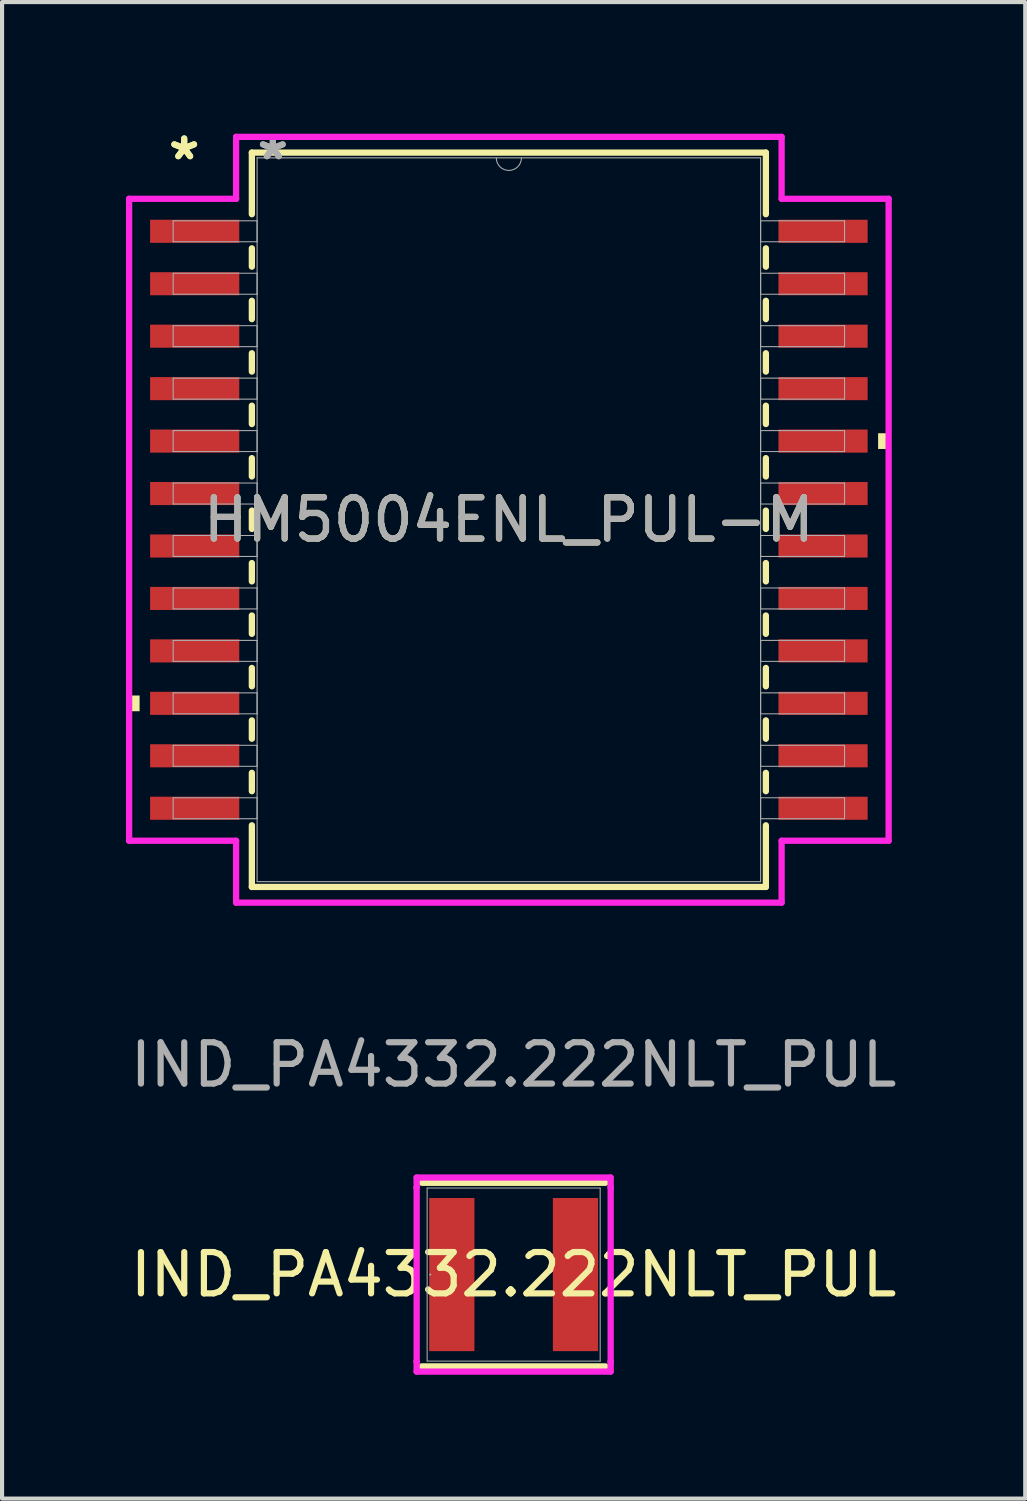
<source format=kicad_pcb>
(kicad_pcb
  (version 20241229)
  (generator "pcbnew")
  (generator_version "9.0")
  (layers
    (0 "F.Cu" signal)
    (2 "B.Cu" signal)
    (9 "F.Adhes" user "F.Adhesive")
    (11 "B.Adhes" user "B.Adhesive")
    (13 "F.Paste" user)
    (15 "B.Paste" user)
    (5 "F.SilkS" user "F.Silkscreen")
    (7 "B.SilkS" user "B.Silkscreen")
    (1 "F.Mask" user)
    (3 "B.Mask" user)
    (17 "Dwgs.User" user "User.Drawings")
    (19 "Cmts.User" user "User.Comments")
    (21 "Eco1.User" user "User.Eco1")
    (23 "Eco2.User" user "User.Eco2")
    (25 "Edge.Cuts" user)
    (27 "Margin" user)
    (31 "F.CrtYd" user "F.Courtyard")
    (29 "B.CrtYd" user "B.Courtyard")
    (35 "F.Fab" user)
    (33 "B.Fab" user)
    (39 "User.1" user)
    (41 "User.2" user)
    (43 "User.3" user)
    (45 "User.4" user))
  (footprint "HM5004ENL_PUL-M"
    (layer "F.Cu")
    (at 9.271 9.535)
    (property "Reference" "HM5004ENL_PUL-M" (at 0 0 0) (unlocked yes) (layer "F.SilkS") (effects (font (size 1 1) (thickness 0.15))))
    (attr smd)
    (fp_line (start -6.223 -8.89) (end -6.223 -7.398) (stroke (width 0.152) (type solid)) (layer "F.SilkS"))
    (fp_line (start -6.223 -6.572) (end -6.223 -6.128) (stroke (width 0.152) (type solid)) (layer "F.SilkS"))
    (fp_line (start -6.223 -5.302) (end -6.223 -4.858) (stroke (width 0.152) (type solid)) (layer "F.SilkS"))
    (fp_line (start -6.223 -4.032) (end -6.223 -3.588) (stroke (width 0.152) (type solid)) (layer "F.SilkS"))
    (fp_line (start -6.223 -2.762) (end -6.223 -2.318) (stroke (width 0.152) (type solid)) (layer "F.SilkS"))
    (fp_line (start -6.223 -1.492) (end -6.223 -1.048) (stroke (width 0.152) (type solid)) (layer "F.SilkS"))
    (fp_line (start -6.223 -0.222) (end -6.223 0.222) (stroke (width 0.152) (type solid)) (layer "F.SilkS"))
    (fp_line (start -6.223 1.048) (end -6.223 1.492) (stroke (width 0.152) (type solid)) (layer "F.SilkS"))
    (fp_line (start -6.223 2.318) (end -6.223 2.762) (stroke (width 0.152) (type solid)) (layer "F.SilkS"))
    (fp_line (start -6.223 3.588) (end -6.223 4.032) (stroke (width 0.152) (type solid)) (layer "F.SilkS"))
    (fp_line (start -6.223 4.858) (end -6.223 5.302) (stroke (width 0.152) (type solid)) (layer "F.SilkS"))
    (fp_line (start -6.223 6.128) (end -6.223 6.572) (stroke (width 0.152) (type solid)) (layer "F.SilkS"))
    (fp_line (start -6.223 7.398) (end -6.223 8.89) (stroke (width 0.152) (type solid)) (layer "F.SilkS"))
    (fp_line (start -6.223 8.89) (end 6.223 8.89) (stroke (width 0.152) (type solid)) (layer "F.SilkS"))
    (fp_line (start 6.223 -8.89) (end -6.223 -8.89) (stroke (width 0.152) (type solid)) (layer "F.SilkS"))
    (fp_line (start 6.223 -7.398) (end 6.223 -8.89) (stroke (width 0.152) (type solid)) (layer "F.SilkS"))
    (fp_line (start 6.223 -6.128) (end 6.223 -6.572) (stroke (width 0.152) (type solid)) (layer "F.SilkS"))
    (fp_line (start 6.223 -4.858) (end 6.223 -5.302) (stroke (width 0.152) (type solid)) (layer "F.SilkS"))
    (fp_line (start 6.223 -3.588) (end 6.223 -4.032) (stroke (width 0.152) (type solid)) (layer "F.SilkS"))
    (fp_line (start 6.223 -2.318) (end 6.223 -2.762) (stroke (width 0.152) (type solid)) (layer "F.SilkS"))
    (fp_line (start 6.223 -1.048) (end 6.223 -1.492) (stroke (width 0.152) (type solid)) (layer "F.SilkS"))
    (fp_line (start 6.223 0.222) (end 6.223 -0.222) (stroke (width 0.152) (type solid)) (layer "F.SilkS"))
    (fp_line (start 6.223 1.492) (end 6.223 1.048) (stroke (width 0.152) (type solid)) (layer "F.SilkS"))
    (fp_line (start 6.223 2.762) (end 6.223 2.318) (stroke (width 0.152) (type solid)) (layer "F.SilkS"))
    (fp_line (start 6.223 4.032) (end 6.223 3.588) (stroke (width 0.152) (type solid)) (layer "F.SilkS"))
    (fp_line (start 6.223 5.302) (end 6.223 4.858) (stroke (width 0.152) (type solid)) (layer "F.SilkS"))
    (fp_line (start 6.223 6.572) (end 6.223 6.128) (stroke (width 0.152) (type solid)) (layer "F.SilkS"))
    (fp_line (start 6.223 8.89) (end 6.223 7.398) (stroke (width 0.152) (type solid)) (layer "F.SilkS"))
    (fp_poly (pts (xy -9.195 4.255) (xy -9.195 4.636) (xy -8.941 4.636) (xy -8.941 4.255)) (stroke (width 0) (type solid)) (fill yes) (layer "F.SilkS"))
    (fp_poly (pts (xy 9.195 -2.095) (xy 9.195 -1.714) (xy 8.941 -1.714) (xy 8.941 -2.095)) (stroke (width 0) (type solid)) (fill yes) (layer "F.SilkS"))
    (fp_line (start -9.195 -7.772) (end -6.604 -7.772) (stroke (width 0.152) (type solid)) (layer "F.CrtYd"))
    (fp_line (start -9.195 7.772) (end -9.195 -7.772) (stroke (width 0.152) (type solid)) (layer "F.CrtYd"))
    (fp_line (start -9.195 7.772) (end -6.604 7.772) (stroke (width 0.152) (type solid)) (layer "F.CrtYd"))
    (fp_line (start -6.604 -9.271) (end 6.604 -9.271) (stroke (width 0.152) (type solid)) (layer "F.CrtYd"))
    (fp_line (start -6.604 -7.772) (end -6.604 -9.271) (stroke (width 0.152) (type solid)) (layer "F.CrtYd"))
    (fp_line (start -6.604 9.271) (end -6.604 7.772) (stroke (width 0.152) (type solid)) (layer "F.CrtYd"))
    (fp_line (start 6.604 -9.271) (end 6.604 -7.772) (stroke (width 0.152) (type solid)) (layer "F.CrtYd"))
    (fp_line (start 6.604 7.772) (end 6.604 9.271) (stroke (width 0.152) (type solid)) (layer "F.CrtYd"))
    (fp_line (start 6.604 9.271) (end -6.604 9.271) (stroke (width 0.152) (type solid)) (layer "F.CrtYd"))
    (fp_line (start 9.195 -7.772) (end 6.604 -7.772) (stroke (width 0.152) (type solid)) (layer "F.CrtYd"))
    (fp_line (start 9.195 -7.772) (end 9.195 7.772) (stroke (width 0.152) (type solid)) (layer "F.CrtYd"))
    (fp_line (start 9.195 7.772) (end 6.604 7.772) (stroke (width 0.152) (type solid)) (layer "F.CrtYd"))
    (fp_line (start -8.128 -7.239) (end -8.128 -6.731) (stroke (width 0.025) (type solid)) (layer "F.Fab"))
    (fp_line (start -8.128 -6.731) (end -6.096 -6.731) (stroke (width 0.025) (type solid)) (layer "F.Fab"))
    (fp_line (start -8.128 -5.969) (end -8.128 -5.461) (stroke (width 0.025) (type solid)) (layer "F.Fab"))
    (fp_line (start -8.128 -5.461) (end -6.096 -5.461) (stroke (width 0.025) (type solid)) (layer "F.Fab"))
    (fp_line (start -8.128 -4.699) (end -8.128 -4.191) (stroke (width 0.025) (type solid)) (layer "F.Fab"))
    (fp_line (start -8.128 -4.191) (end -6.096 -4.191) (stroke (width 0.025) (type solid)) (layer "F.Fab"))
    (fp_line (start -8.128 -3.429) (end -8.128 -2.921) (stroke (width 0.025) (type solid)) (layer "F.Fab"))
    (fp_line (start -8.128 -2.921) (end -6.096 -2.921) (stroke (width 0.025) (type solid)) (layer "F.Fab"))
    (fp_line (start -8.128 -2.159) (end -8.128 -1.651) (stroke (width 0.025) (type solid)) (layer "F.Fab"))
    (fp_line (start -8.128 -1.651) (end -6.096 -1.651) (stroke (width 0.025) (type solid)) (layer "F.Fab"))
    (fp_line (start -8.128 -0.889) (end -8.128 -0.381) (stroke (width 0.025) (type solid)) (layer "F.Fab"))
    (fp_line (start -8.128 -0.381) (end -6.096 -0.381) (stroke (width 0.025) (type solid)) (layer "F.Fab"))
    (fp_line (start -8.128 0.381) (end -8.128 0.889) (stroke (width 0.025) (type solid)) (layer "F.Fab"))
    (fp_line (start -8.128 0.889) (end -6.096 0.889) (stroke (width 0.025) (type solid)) (layer "F.Fab"))
    (fp_line (start -8.128 1.651) (end -8.128 2.159) (stroke (width 0.025) (type solid)) (layer "F.Fab"))
    (fp_line (start -8.128 2.159) (end -6.096 2.159) (stroke (width 0.025) (type solid)) (layer "F.Fab"))
    (fp_line (start -8.128 2.921) (end -8.128 3.429) (stroke (width 0.025) (type solid)) (layer "F.Fab"))
    (fp_line (start -8.128 3.429) (end -6.096 3.429) (stroke (width 0.025) (type solid)) (layer "F.Fab"))
    (fp_line (start -8.128 4.191) (end -8.128 4.699) (stroke (width 0.025) (type solid)) (layer "F.Fab"))
    (fp_line (start -8.128 4.699) (end -6.096 4.699) (stroke (width 0.025) (type solid)) (layer "F.Fab"))
    (fp_line (start -8.128 5.461) (end -8.128 5.969) (stroke (width 0.025) (type solid)) (layer "F.Fab"))
    (fp_line (start -8.128 5.969) (end -6.096 5.969) (stroke (width 0.025) (type solid)) (layer "F.Fab"))
    (fp_line (start -8.128 6.731) (end -8.128 7.239) (stroke (width 0.025) (type solid)) (layer "F.Fab"))
    (fp_line (start -8.128 7.239) (end -6.096 7.239) (stroke (width 0.025) (type solid)) (layer "F.Fab"))
    (fp_line (start -6.096 -8.763) (end -6.096 8.763) (stroke (width 0.025) (type solid)) (layer "F.Fab"))
    (fp_line (start -6.096 -7.239) (end -8.128 -7.239) (stroke (width 0.025) (type solid)) (layer "F.Fab"))
    (fp_line (start -6.096 -6.731) (end -6.096 -7.239) (stroke (width 0.025) (type solid)) (layer "F.Fab"))
    (fp_line (start -6.096 -5.969) (end -8.128 -5.969) (stroke (width 0.025) (type solid)) (layer "F.Fab"))
    (fp_line (start -6.096 -5.461) (end -6.096 -5.969) (stroke (width 0.025) (type solid)) (layer "F.Fab"))
    (fp_line (start -6.096 -4.699) (end -8.128 -4.699) (stroke (width 0.025) (type solid)) (layer "F.Fab"))
    (fp_line (start -6.096 -4.191) (end -6.096 -4.699) (stroke (width 0.025) (type solid)) (layer "F.Fab"))
    (fp_line (start -6.096 -3.429) (end -8.128 -3.429) (stroke (width 0.025) (type solid)) (layer "F.Fab"))
    (fp_line (start -6.096 -2.921) (end -6.096 -3.429) (stroke (width 0.025) (type solid)) (layer "F.Fab"))
    (fp_line (start -6.096 -2.159) (end -8.128 -2.159) (stroke (width 0.025) (type solid)) (layer "F.Fab"))
    (fp_line (start -6.096 -1.651) (end -6.096 -2.159) (stroke (width 0.025) (type solid)) (layer "F.Fab"))
    (fp_line (start -6.096 -0.889) (end -8.128 -0.889) (stroke (width 0.025) (type solid)) (layer "F.Fab"))
    (fp_line (start -6.096 -0.381) (end -6.096 -0.889) (stroke (width 0.025) (type solid)) (layer "F.Fab"))
    (fp_line (start -6.096 0.381) (end -8.128 0.381) (stroke (width 0.025) (type solid)) (layer "F.Fab"))
    (fp_line (start -6.096 0.889) (end -6.096 0.381) (stroke (width 0.025) (type solid)) (layer "F.Fab"))
    (fp_line (start -6.096 1.651) (end -8.128 1.651) (stroke (width 0.025) (type solid)) (layer "F.Fab"))
    (fp_line (start -6.096 2.159) (end -6.096 1.651) (stroke (width 0.025) (type solid)) (layer "F.Fab"))
    (fp_line (start -6.096 2.921) (end -8.128 2.921) (stroke (width 0.025) (type solid)) (layer "F.Fab"))
    (fp_line (start -6.096 3.429) (end -6.096 2.921) (stroke (width 0.025) (type solid)) (layer "F.Fab"))
    (fp_line (start -6.096 4.191) (end -8.128 4.191) (stroke (width 0.025) (type solid)) (layer "F.Fab"))
    (fp_line (start -6.096 4.699) (end -6.096 4.191) (stroke (width 0.025) (type solid)) (layer "F.Fab"))
    (fp_line (start -6.096 5.461) (end -8.128 5.461) (stroke (width 0.025) (type solid)) (layer "F.Fab"))
    (fp_line (start -6.096 5.969) (end -6.096 5.461) (stroke (width 0.025) (type solid)) (layer "F.Fab"))
    (fp_line (start -6.096 6.731) (end -8.128 6.731) (stroke (width 0.025) (type solid)) (layer "F.Fab"))
    (fp_line (start -6.096 7.239) (end -6.096 6.731) (stroke (width 0.025) (type solid)) (layer "F.Fab"))
    (fp_line (start -6.096 8.763) (end 6.096 8.763) (stroke (width 0.025) (type solid)) (layer "F.Fab"))
    (fp_line (start 6.096 -8.763) (end -6.096 -8.763) (stroke (width 0.025) (type solid)) (layer "F.Fab"))
    (fp_line (start 6.096 -7.239) (end 6.096 -6.731) (stroke (width 0.025) (type solid)) (layer "F.Fab"))
    (fp_line (start 6.096 -6.731) (end 8.128 -6.731) (stroke (width 0.025) (type solid)) (layer "F.Fab"))
    (fp_line (start 6.096 -5.969) (end 6.096 -5.461) (stroke (width 0.025) (type solid)) (layer "F.Fab"))
    (fp_line (start 6.096 -5.461) (end 8.128 -5.461) (stroke (width 0.025) (type solid)) (layer "F.Fab"))
    (fp_line (start 6.096 -4.699) (end 6.096 -4.191) (stroke (width 0.025) (type solid)) (layer "F.Fab"))
    (fp_line (start 6.096 -4.191) (end 8.128 -4.191) (stroke (width 0.025) (type solid)) (layer "F.Fab"))
    (fp_line (start 6.096 -3.429) (end 6.096 -2.921) (stroke (width 0.025) (type solid)) (layer "F.Fab"))
    (fp_line (start 6.096 -2.921) (end 8.128 -2.921) (stroke (width 0.025) (type solid)) (layer "F.Fab"))
    (fp_line (start 6.096 -2.159) (end 6.096 -1.651) (stroke (width 0.025) (type solid)) (layer "F.Fab"))
    (fp_line (start 6.096 -1.651) (end 8.128 -1.651) (stroke (width 0.025) (type solid)) (layer "F.Fab"))
    (fp_line (start 6.096 -0.889) (end 6.096 -0.381) (stroke (width 0.025) (type solid)) (layer "F.Fab"))
    (fp_line (start 6.096 -0.381) (end 8.128 -0.381) (stroke (width 0.025) (type solid)) (layer "F.Fab"))
    (fp_line (start 6.096 0.381) (end 6.096 0.889) (stroke (width 0.025) (type solid)) (layer "F.Fab"))
    (fp_line (start 6.096 0.889) (end 8.128 0.889) (stroke (width 0.025) (type solid)) (layer "F.Fab"))
    (fp_line (start 6.096 1.651) (end 6.096 2.159) (stroke (width 0.025) (type solid)) (layer "F.Fab"))
    (fp_line (start 6.096 2.159) (end 8.128 2.159) (stroke (width 0.025) (type solid)) (layer "F.Fab"))
    (fp_line (start 6.096 2.921) (end 6.096 3.429) (stroke (width 0.025) (type solid)) (layer "F.Fab"))
    (fp_line (start 6.096 3.429) (end 8.128 3.429) (stroke (width 0.025) (type solid)) (layer "F.Fab"))
    (fp_line (start 6.096 4.191) (end 6.096 4.699) (stroke (width 0.025) (type solid)) (layer "F.Fab"))
    (fp_line (start 6.096 4.699) (end 8.128 4.699) (stroke (width 0.025) (type solid)) (layer "F.Fab"))
    (fp_line (start 6.096 5.461) (end 6.096 5.969) (stroke (width 0.025) (type solid)) (layer "F.Fab"))
    (fp_line (start 6.096 5.969) (end 8.128 5.969) (stroke (width 0.025) (type solid)) (layer "F.Fab"))
    (fp_line (start 6.096 6.731) (end 6.096 7.239) (stroke (width 0.025) (type solid)) (layer "F.Fab"))
    (fp_line (start 6.096 7.239) (end 8.128 7.239) (stroke (width 0.025) (type solid)) (layer "F.Fab"))
    (fp_line (start 6.096 8.763) (end 6.096 -8.763) (stroke (width 0.025) (type solid)) (layer "F.Fab"))
    (fp_line (start 8.128 -7.239) (end 6.096 -7.239) (stroke (width 0.025) (type solid)) (layer "F.Fab"))
    (fp_line (start 8.128 -6.731) (end 8.128 -7.239) (stroke (width 0.025) (type solid)) (layer "F.Fab"))
    (fp_line (start 8.128 -5.969) (end 6.096 -5.969) (stroke (width 0.025) (type solid)) (layer "F.Fab"))
    (fp_line (start 8.128 -5.461) (end 8.128 -5.969) (stroke (width 0.025) (type solid)) (layer "F.Fab"))
    (fp_line (start 8.128 -4.699) (end 6.096 -4.699) (stroke (width 0.025) (type solid)) (layer "F.Fab"))
    (fp_line (start 8.128 -4.191) (end 8.128 -4.699) (stroke (width 0.025) (type solid)) (layer "F.Fab"))
    (fp_line (start 8.128 -3.429) (end 6.096 -3.429) (stroke (width 0.025) (type solid)) (layer "F.Fab"))
    (fp_line (start 8.128 -2.921) (end 8.128 -3.429) (stroke (width 0.025) (type solid)) (layer "F.Fab"))
    (fp_line (start 8.128 -2.159) (end 6.096 -2.159) (stroke (width 0.025) (type solid)) (layer "F.Fab"))
    (fp_line (start 8.128 -1.651) (end 8.128 -2.159) (stroke (width 0.025) (type solid)) (layer "F.Fab"))
    (fp_line (start 8.128 -0.889) (end 6.096 -0.889) (stroke (width 0.025) (type solid)) (layer "F.Fab"))
    (fp_line (start 8.128 -0.381) (end 8.128 -0.889) (stroke (width 0.025) (type solid)) (layer "F.Fab"))
    (fp_line (start 8.128 0.381) (end 6.096 0.381) (stroke (width 0.025) (type solid)) (layer "F.Fab"))
    (fp_line (start 8.128 0.889) (end 8.128 0.381) (stroke (width 0.025) (type solid)) (layer "F.Fab"))
    (fp_line (start 8.128 1.651) (end 6.096 1.651) (stroke (width 0.025) (type solid)) (layer "F.Fab"))
    (fp_line (start 8.128 2.159) (end 8.128 1.651) (stroke (width 0.025) (type solid)) (layer "F.Fab"))
    (fp_line (start 8.128 2.921) (end 6.096 2.921) (stroke (width 0.025) (type solid)) (layer "F.Fab"))
    (fp_line (start 8.128 3.429) (end 8.128 2.921) (stroke (width 0.025) (type solid)) (layer "F.Fab"))
    (fp_line (start 8.128 4.191) (end 6.096 4.191) (stroke (width 0.025) (type solid)) (layer "F.Fab"))
    (fp_line (start 8.128 4.699) (end 8.128 4.191) (stroke (width 0.025) (type solid)) (layer "F.Fab"))
    (fp_line (start 8.128 5.461) (end 6.096 5.461) (stroke (width 0.025) (type solid)) (layer "F.Fab"))
    (fp_line (start 8.128 5.969) (end 8.128 5.461) (stroke (width 0.025) (type solid)) (layer "F.Fab"))
    (fp_line (start 8.128 6.731) (end 6.096 6.731) (stroke (width 0.025) (type solid)) (layer "F.Fab"))
    (fp_line (start 8.128 7.239) (end 8.128 6.731) (stroke (width 0.025) (type solid)) (layer "F.Fab"))
    (fp_arc (start 0.3048 -8.763) (mid 0 -8.4582) (end -0.3048 -8.763) (stroke (width 0.0254) (type solid)) (layer "F.Fab"))
    (fp_text user "*" (at -7.861 -8.687 0) (unlocked yes) (layer "F.SilkS") (effects (font (size 1 1) (thickness 0.15))))
    (fp_text user "*" (at -7.861 -8.687 0) (layer "F.SilkS") (effects (font (size 1 1) (thickness 0.15))))
    (fp_text user "*" (at -5.715 -8.687 0) (layer "F.Fab") (effects (font (size 1 1) (thickness 0.15))))
    (fp_text user "*" (at -5.715 -8.687 0) (unlocked yes) (layer "F.Fab") (effects (font (size 1 1) (thickness 0.15))))
    (fp_text user "${REFERENCE}" (at 0 0 0) (unlocked yes) (layer "F.Fab") (effects (font (size 1 1) (thickness 0.15))))
    (pad "1" smd rect (at -7.607 -6.985) (size 2.159 0.559) (layers "F.Cu" "F.Mask" "F.Paste"))
    (pad "2" smd rect (at -7.607 -5.715) (size 2.159 0.559) (layers "F.Cu" "F.Mask" "F.Paste"))
    (pad "3" smd rect (at -7.607 -4.445) (size 2.159 0.559) (layers "F.Cu" "F.Mask" "F.Paste"))
    (pad "4" smd rect (at -7.607 -3.175) (size 2.159 0.559) (layers "F.Cu" "F.Mask" "F.Paste"))
    (pad "5" smd rect (at -7.607 -1.905) (size 2.159 0.559) (layers "F.Cu" "F.Mask" "F.Paste"))
    (pad "6" smd rect (at -7.607 -0.635) (size 2.159 0.559) (layers "F.Cu" "F.Mask" "F.Paste"))
    (pad "7" smd rect (at -7.607 0.635) (size 2.159 0.559) (layers "F.Cu" "F.Mask" "F.Paste"))
    (pad "8" smd rect (at -7.607 1.905) (size 2.159 0.559) (layers "F.Cu" "F.Mask" "F.Paste"))
    (pad "9" smd rect (at -7.607 3.175) (size 2.159 0.559) (layers "F.Cu" "F.Mask" "F.Paste"))
    (pad "10" smd rect (at -7.607 4.445) (size 2.159 0.559) (layers "F.Cu" "F.Mask" "F.Paste"))
    (pad "11" smd rect (at -7.607 5.715) (size 2.159 0.559) (layers "F.Cu" "F.Mask" "F.Paste"))
    (pad "12" smd rect (at -7.607 6.985) (size 2.159 0.559) (layers "F.Cu" "F.Mask" "F.Paste"))
    (pad "13" smd rect (at 7.607 6.985) (size 2.159 0.559) (layers "F.Cu" "F.Mask" "F.Paste"))
    (pad "14" smd rect (at 7.607 5.715) (size 2.159 0.559) (layers "F.Cu" "F.Mask" "F.Paste"))
    (pad "15" smd rect (at 7.607 4.445) (size 2.159 0.559) (layers "F.Cu" "F.Mask" "F.Paste"))
    (pad "16" smd rect (at 7.607 3.175) (size 2.159 0.559) (layers "F.Cu" "F.Mask" "F.Paste"))
    (pad "17" smd rect (at 7.607 1.905) (size 2.159 0.559) (layers "F.Cu" "F.Mask" "F.Paste"))
    (pad "18" smd rect (at 7.607 0.635) (size 2.159 0.559) (layers "F.Cu" "F.Mask" "F.Paste"))
    (pad "19" smd rect (at 7.607 -0.635) (size 2.159 0.559) (layers "F.Cu" "F.Mask" "F.Paste"))
    (pad "20" smd rect (at 7.607 -1.905) (size 2.159 0.559) (layers "F.Cu" "F.Mask" "F.Paste"))
    (pad "21" smd rect (at 7.607 -3.175) (size 2.159 0.559) (layers "F.Cu" "F.Mask" "F.Paste"))
    (pad "22" smd rect (at 7.607 -4.445) (size 2.159 0.559) (layers "F.Cu" "F.Mask" "F.Paste"))
    (pad "23" smd rect (at 7.607 -5.715) (size 2.159 0.559) (layers "F.Cu" "F.Mask" "F.Paste"))
    (pad "24" smd rect (at 7.607 -6.985) (size 2.159 0.559) (layers "F.Cu" "F.Mask" "F.Paste")))
  (footprint "IND_PA4332.222NLT_PUL"
    (layer "F.Cu")
    (at 9.387 27.811)
    (property "Reference" "IND_PA4332.222NLT_PUL" (at 0 0 0) (unlocked yes) (layer "F.SilkS") (effects (font (size 1 1) (thickness 0.15))))
    (attr smd)
    (fp_line (start -2.223 2.223) (end 2.223 2.223) (stroke (width 0.152) (type solid)) (layer "F.SilkS"))
    (fp_line (start 2.223 -2.223) (end -2.223 -2.223) (stroke (width 0.152) (type solid)) (layer "F.SilkS"))
    (fp_line (start -2.349 -2.349) (end 2.349 -2.349) (stroke (width 0.152) (type solid)) (layer "F.CrtYd"))
    (fp_line (start -2.349 -2.108) (end -2.349 -2.349) (stroke (width 0.152) (type solid)) (layer "F.CrtYd"))
    (fp_line (start -2.349 -2.108) (end -2.349 -2.108) (stroke (width 0.152) (type solid)) (layer "F.CrtYd"))
    (fp_line (start -2.349 2.108) (end -2.349 -2.108) (stroke (width 0.152) (type solid)) (layer "F.CrtYd"))
    (fp_line (start -2.349 2.108) (end -2.349 2.108) (stroke (width 0.152) (type solid)) (layer "F.CrtYd"))
    (fp_line (start -2.349 2.349) (end -2.349 2.108) (stroke (width 0.152) (type solid)) (layer "F.CrtYd"))
    (fp_line (start 2.349 -2.349) (end 2.349 -2.108) (stroke (width 0.152) (type solid)) (layer "F.CrtYd"))
    (fp_line (start 2.349 -2.108) (end 2.349 -2.108) (stroke (width 0.152) (type solid)) (layer "F.CrtYd"))
    (fp_line (start 2.349 -2.108) (end 2.349 2.108) (stroke (width 0.152) (type solid)) (layer "F.CrtYd"))
    (fp_line (start 2.349 2.108) (end 2.349 2.108) (stroke (width 0.152) (type solid)) (layer "F.CrtYd"))
    (fp_line (start 2.349 2.108) (end 2.349 2.349) (stroke (width 0.152) (type solid)) (layer "F.CrtYd"))
    (fp_line (start 2.349 2.349) (end -2.349 2.349) (stroke (width 0.152) (type solid)) (layer "F.CrtYd"))
    (fp_line (start -2.095 -2.095) (end -2.095 2.095) (stroke (width 0.025) (type solid)) (layer "F.Fab"))
    (fp_line (start -2.095 2.095) (end 2.095 2.095) (stroke (width 0.025) (type solid)) (layer "F.Fab"))
    (fp_line (start 2.095 -2.095) (end -2.095 -2.095) (stroke (width 0.025) (type solid)) (layer "F.Fab"))
    (fp_line (start 2.095 2.095) (end 2.095 -2.095) (stroke (width 0.025) (type solid)) (layer "F.Fab"))
    (fp_circle (center -2.019 0) (end -2.019 0) (stroke (width 0.025) (type solid)) (fill no) (layer "F.Fab"))
    (fp_text user "${REFERENCE}" (at 0 -5.08 0) (unlocked yes) (layer "F.Fab") (effects (font (size 1 1) (thickness 0.15))))
    (pad "1" smd rect (at -1.497 0) (size 1.095 3.708) (layers "F.Cu" "F.Mask" "F.Paste"))
    (pad "2" smd rect (at 1.497 0) (size 1.095 3.708) (layers "F.Cu" "F.Mask" "F.Paste"))
    (zone (net_name "") (layer "F.Cu") (hatch full 0.508) (connect_pads) (min_thickness 0.254) (filled_areas_thickness no) (keepout (tracks not_allowed) (vias not_allowed) (pads allowed) (copperpour not_allowed) (footprints allowed)) (placement (enabled no)) (fill) (polygon (pts (xy 8.488 25.766) (xy 10.286 25.766) (xy 10.286 29.855) (xy 8.488 29.855)))))
  (gr_rect
    (start -3 -3)
    (end 21.774 33.236)
    (stroke (width 0.1) (type default))
    (fill no)
    (layer "Edge.Cuts")))
</source>
